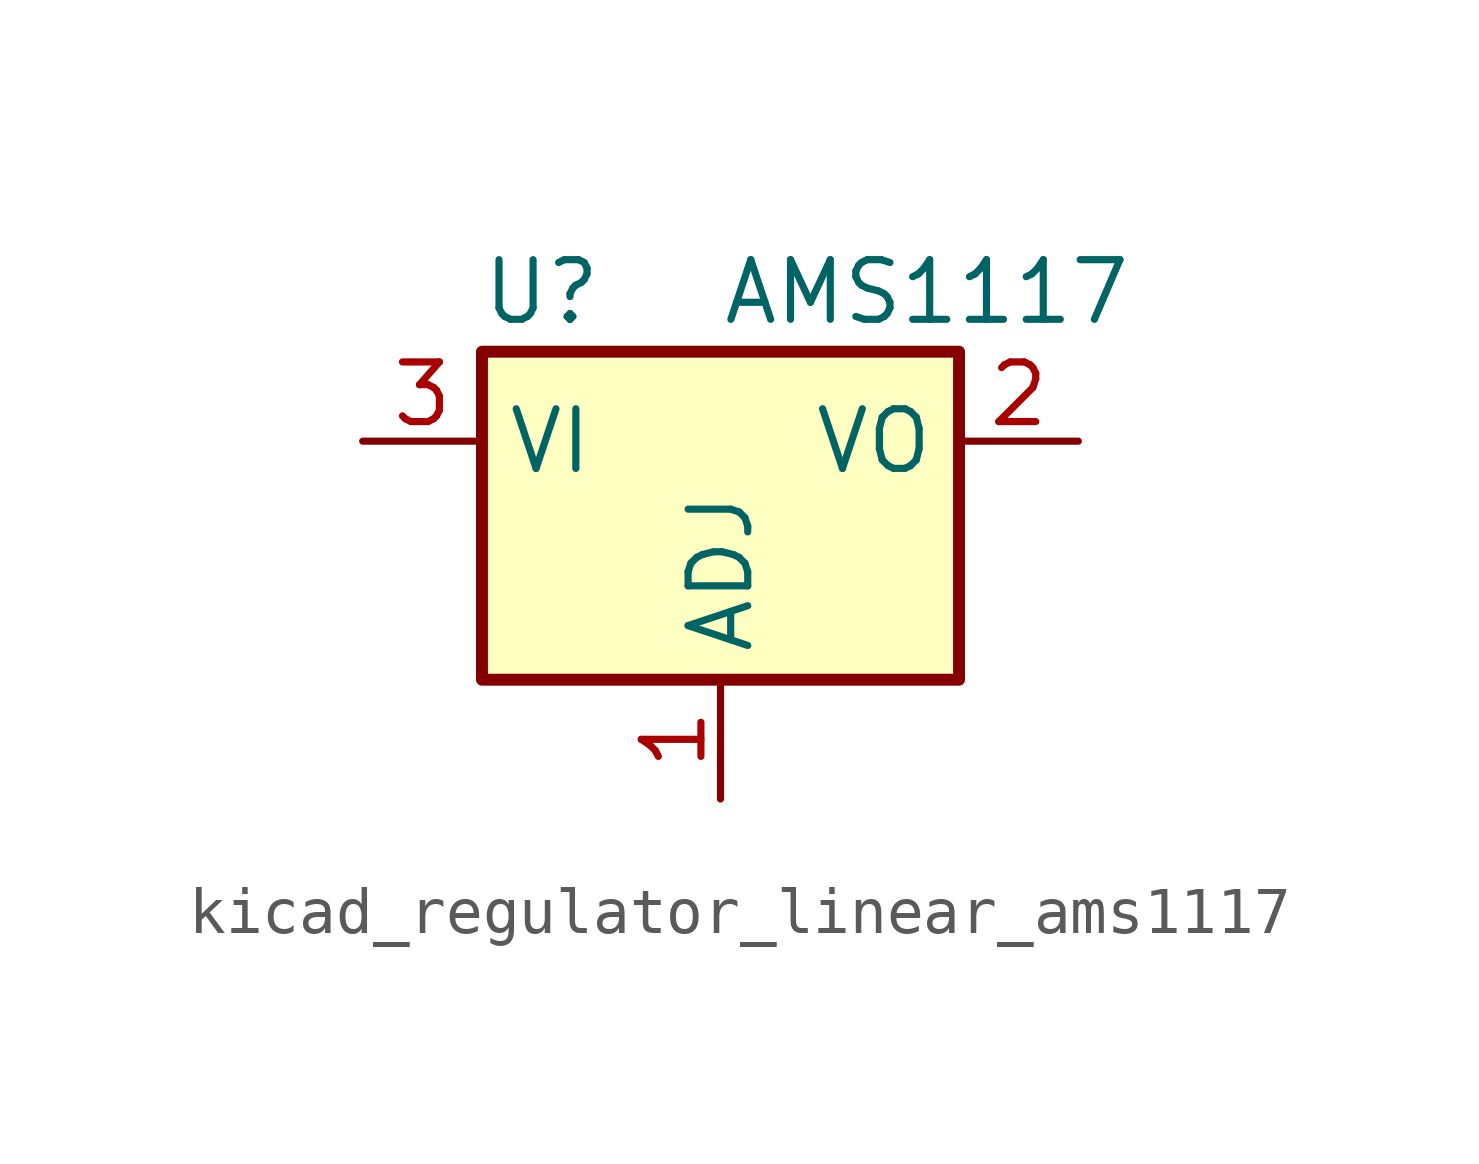
<source format=kicad_sym>
(kicad_symbol_lib
  (version 20220914)
  (generator kicad_symbol_editor)
  (symbol "kicad_regulator_linear_ams1117"
    (property "Reference" "U"
      (at -3.81 3.175 0)
      (effects (font (size 1.27 1.27))))
    (property "Value" "AMS1117"
      (at 0 3.175 0)
      (effects (font (size 1.27 1.27)) (justify left)))
    (symbol "kicad_regulator_linear_ams1117_0_1"
      (rectangle (start -5.08 -5.08) (end 5.08 1.905) (stroke (width 0.254) (type default)) (fill (type background))))
    (symbol "kicad_regulator_linear_ams1117_1_1"
      (pin input line (at 0 -7.62 90) (length 2.54) (name "ADJ" (effects (font (size 1.27 1.27)))) (number "1" (effects (font (size 1.27 1.27)))))
      (pin power_out line (at 7.62 0 180) (length 2.54) (name "VO" (effects (font (size 1.27 1.27)))) (number "2" (effects (font (size 1.27 1.27)))))
      (pin power_in line (at -7.62 0 0) (length 2.54) (name "VI" (effects (font (size 1.27 1.27)))) (number "3" (effects (font (size 1.27 1.27))))))))
</source>
